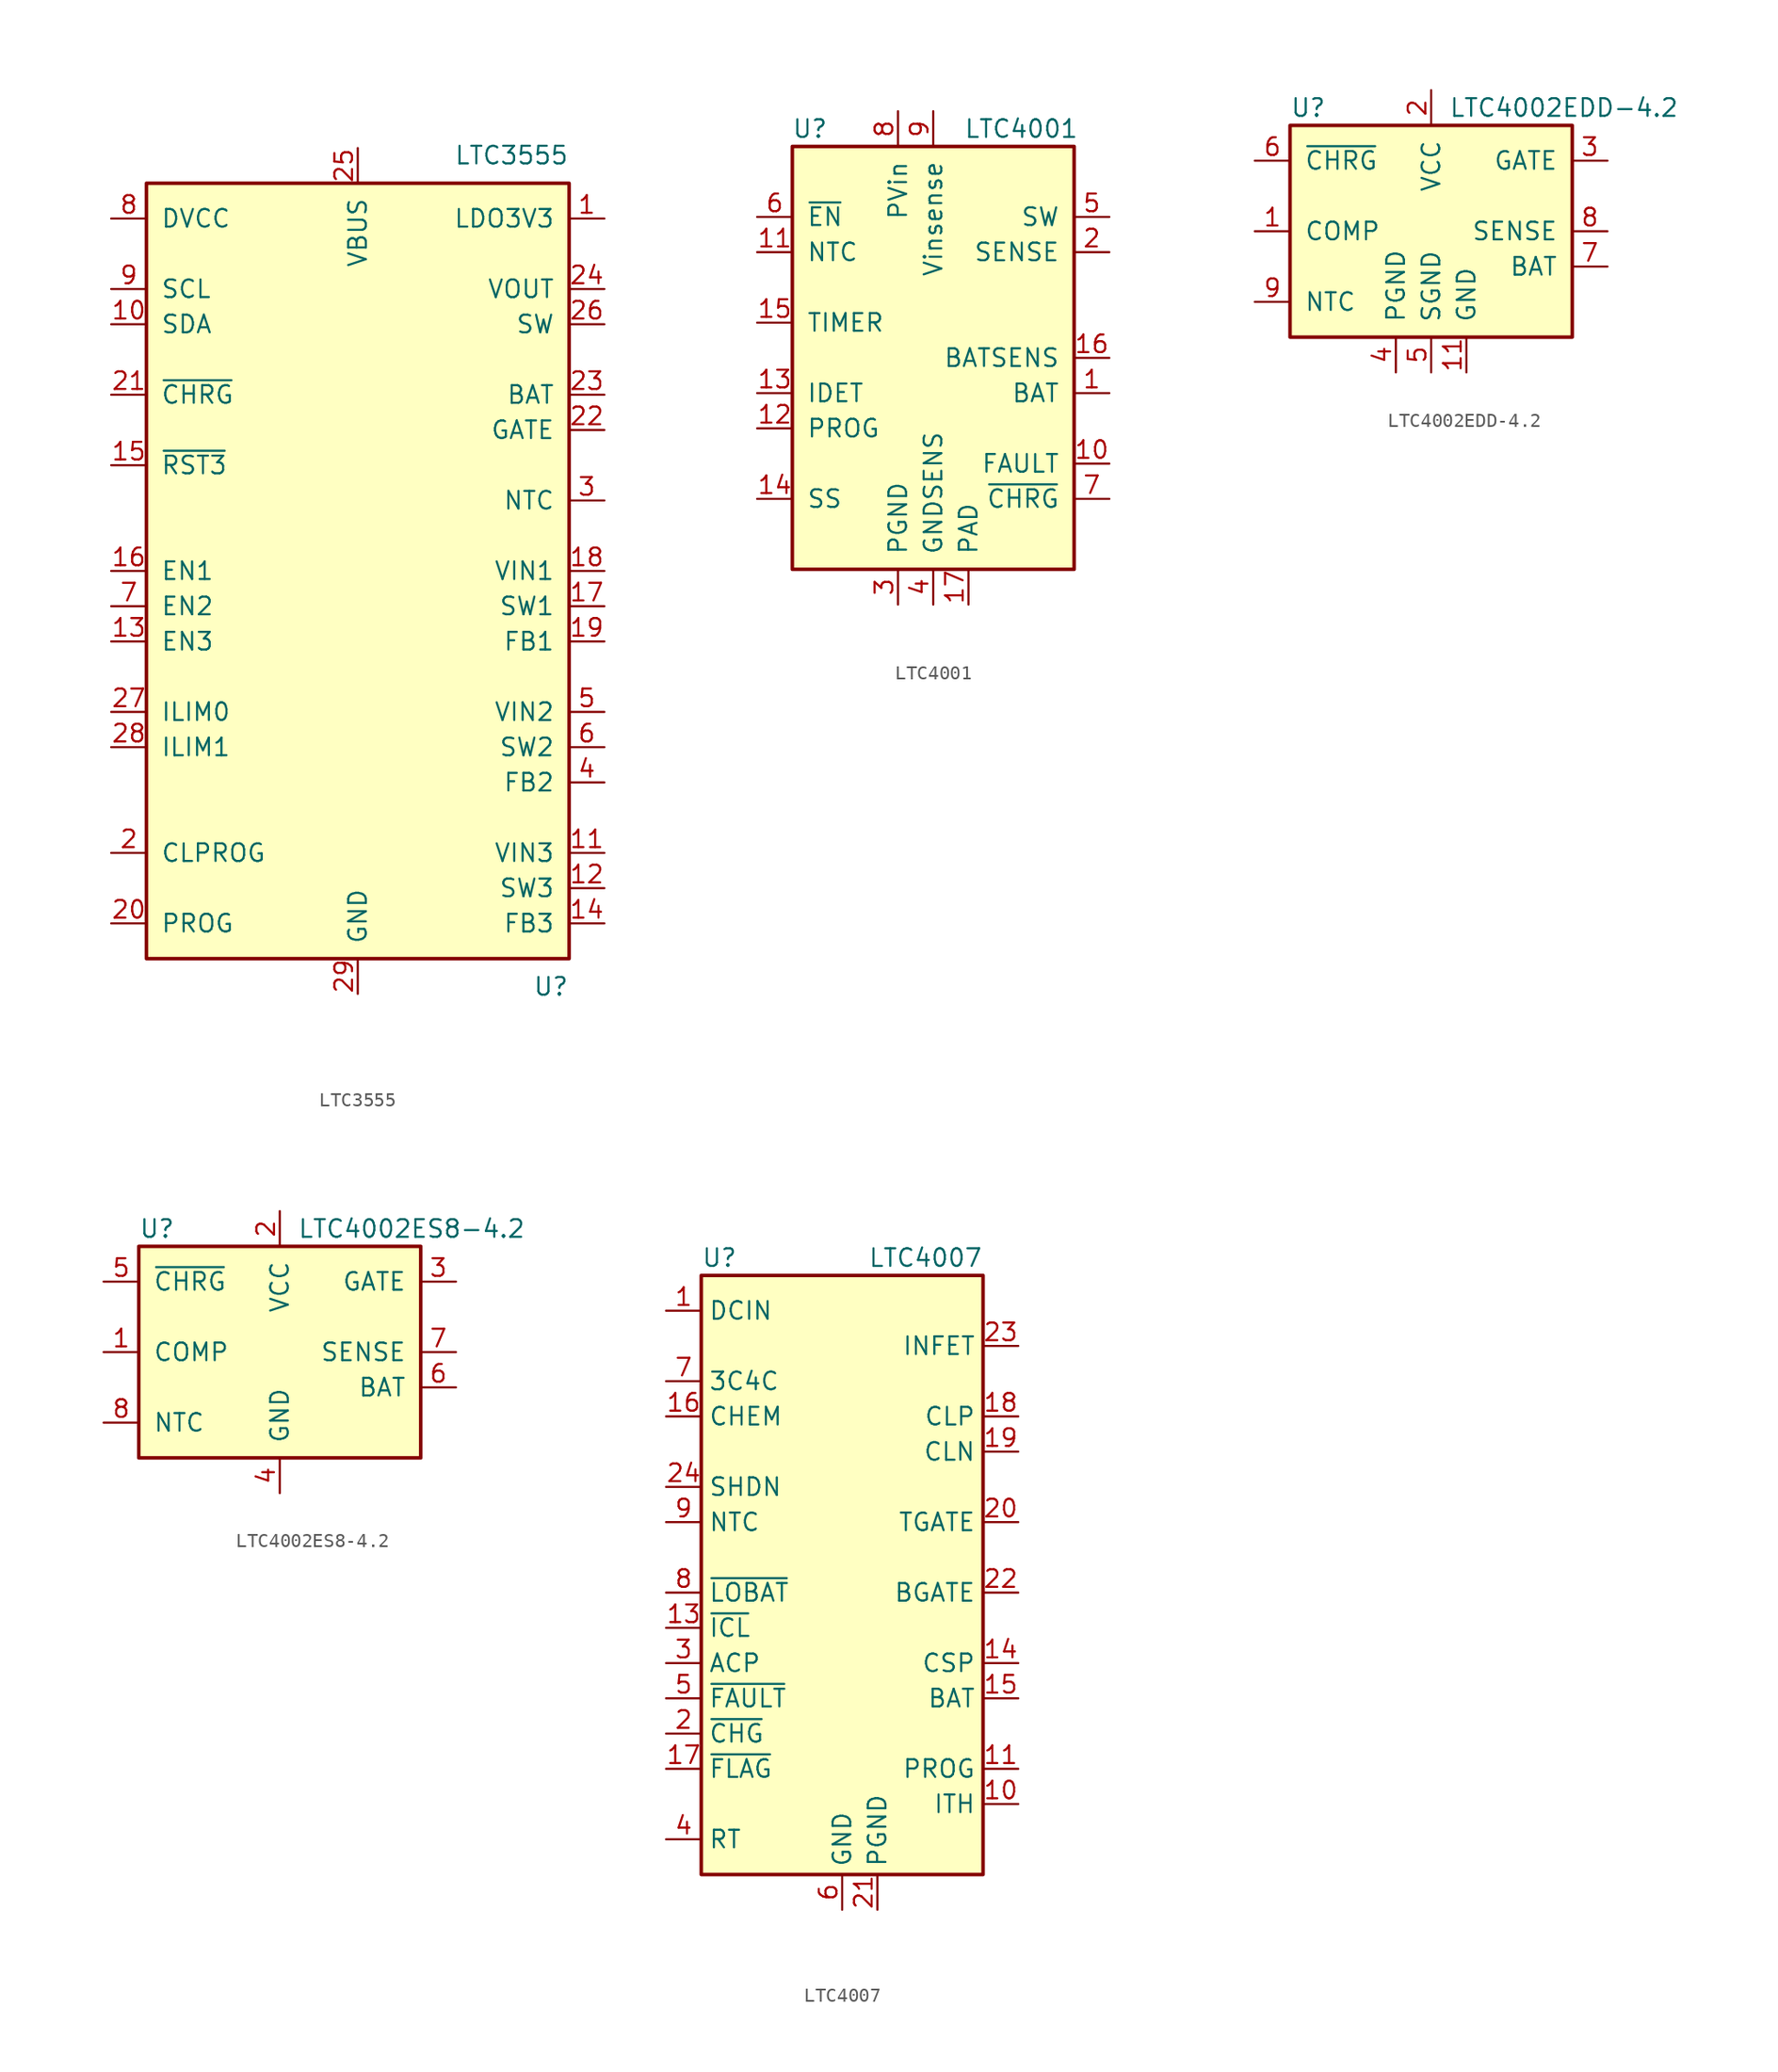
<source format=kicad_sym>
(kicad_symbol_lib
  (version 20201005)
  (generator kicad_symbol_editor)
  (symbol "Battery_Management:LTC3555"
    (pin_names
      (offset 1.016))
    (property "Reference" "U"
      (at 15.24 -29.21 0)
      (effects (font (size 1.27 1.27)) (justify right top)))
    (property "Value" "LTC3555"
      (at 15.24 29.21 0)
      (effects (font (size 1.27 1.27)) (justify right bottom)))
    (symbol "LTC3555_0_1"
      (rectangle (start -15.24 27.94) (end 15.24 -27.94) (stroke (width 0.254)) (fill (type background))))
    (symbol "LTC3555_1_1"
      (pin power_out line (at 17.78 25.4 180) (length 2.54) (name "LDO3V3" (effects (font (size 1.27 1.27)))) (number "1" (effects (font (size 1.27 1.27)))))
      (pin bidirectional line (at -17.78 17.78 0) (length 2.54) (name "SDA" (effects (font (size 1.27 1.27)))) (number "10" (effects (font (size 1.27 1.27)))))
      (pin power_in line (at 17.78 -20.32 180) (length 2.54) (name "VIN3" (effects (font (size 1.27 1.27)))) (number "11" (effects (font (size 1.27 1.27)))))
      (pin power_out line (at 17.78 -22.86 180) (length 2.54) (name "SW3" (effects (font (size 1.27 1.27)))) (number "12" (effects (font (size 1.27 1.27)))))
      (pin input line (at -17.78 -5.08 0) (length 2.54) (name "EN3" (effects (font (size 1.27 1.27)))) (number "13" (effects (font (size 1.27 1.27)))))
      (pin input line (at 17.78 -25.4 180) (length 2.54) (name "FB3" (effects (font (size 1.27 1.27)))) (number "14" (effects (font (size 1.27 1.27)))))
      (pin open_collector line (at -17.78 7.62 0) (length 2.54) (name "~RST3" (effects (font (size 1.27 1.27)))) (number "15" (effects (font (size 1.27 1.27)))))
      (pin input line (at -17.78 0 0) (length 2.54) (name "EN1" (effects (font (size 1.27 1.27)))) (number "16" (effects (font (size 1.27 1.27)))))
      (pin power_out line (at 17.78 -2.54 180) (length 2.54) (name "SW1" (effects (font (size 1.27 1.27)))) (number "17" (effects (font (size 1.27 1.27)))))
      (pin power_in line (at 17.78 0 180) (length 2.54) (name "VIN1" (effects (font (size 1.27 1.27)))) (number "18" (effects (font (size 1.27 1.27)))))
      (pin input line (at 17.78 -5.08 180) (length 2.54) (name "FB1" (effects (font (size 1.27 1.27)))) (number "19" (effects (font (size 1.27 1.27)))))
      (pin passive line (at -17.78 -20.32 0) (length 2.54) (name "CLPROG" (effects (font (size 1.27 1.27)))) (number "2" (effects (font (size 1.27 1.27)))))
      (pin passive line (at -17.78 -25.4 0) (length 2.54) (name "PROG" (effects (font (size 1.27 1.27)))) (number "20" (effects (font (size 1.27 1.27)))))
      (pin open_collector line (at -17.78 12.7 0) (length 2.54) (name "~CHRG" (effects (font (size 1.27 1.27)))) (number "21" (effects (font (size 1.27 1.27)))))
      (pin output line (at 17.78 10.16 180) (length 2.54) (name "GATE" (effects (font (size 1.27 1.27)))) (number "22" (effects (font (size 1.27 1.27)))))
      (pin power_out line (at 17.78 12.7 180) (length 2.54) (name "BAT" (effects (font (size 1.27 1.27)))) (number "23" (effects (font (size 1.27 1.27)))))
      (pin power_out line (at 17.78 20.32 180) (length 2.54) (name "VOUT" (effects (font (size 1.27 1.27)))) (number "24" (effects (font (size 1.27 1.27)))))
      (pin power_in line (at 0 30.48 270) (length 2.54) (name "VBUS" (effects (font (size 1.27 1.27)))) (number "25" (effects (font (size 1.27 1.27)))))
      (pin power_out line (at 17.78 17.78 180) (length 2.54) (name "SW" (effects (font (size 1.27 1.27)))) (number "26" (effects (font (size 1.27 1.27)))))
      (pin input line (at -17.78 -10.16 0) (length 2.54) (name "ILIM0" (effects (font (size 1.27 1.27)))) (number "27" (effects (font (size 1.27 1.27)))))
      (pin input line (at -17.78 -12.7 0) (length 2.54) (name "ILIM1" (effects (font (size 1.27 1.27)))) (number "28" (effects (font (size 1.27 1.27)))))
      (pin power_in line (at 0 -30.48 90) (length 2.54) (name "GND" (effects (font (size 1.27 1.27)))) (number "29" (effects (font (size 1.27 1.27)))))
      (pin passive line (at 17.78 5.08 180) (length 2.54) (name "NTC" (effects (font (size 1.27 1.27)))) (number "3" (effects (font (size 1.27 1.27)))))
      (pin input line (at 17.78 -15.24 180) (length 2.54) (name "FB2" (effects (font (size 1.27 1.27)))) (number "4" (effects (font (size 1.27 1.27)))))
      (pin power_in line (at 17.78 -10.16 180) (length 2.54) (name "VIN2" (effects (font (size 1.27 1.27)))) (number "5" (effects (font (size 1.27 1.27)))))
      (pin power_out line (at 17.78 -12.7 180) (length 2.54) (name "SW2" (effects (font (size 1.27 1.27)))) (number "6" (effects (font (size 1.27 1.27)))))
      (pin input line (at -17.78 -2.54 0) (length 2.54) (name "EN2" (effects (font (size 1.27 1.27)))) (number "7" (effects (font (size 1.27 1.27)))))
      (pin power_in line (at -17.78 25.4 0) (length 2.54) (name "DVCC" (effects (font (size 1.27 1.27)))) (number "8" (effects (font (size 1.27 1.27)))))
      (pin input line (at -17.78 20.32 0) (length 2.54) (name "SCL" (effects (font (size 1.27 1.27)))) (number "9" (effects (font (size 1.27 1.27)))))))
  (symbol "Battery_Management:LTC4001"
    (pin_names
      (offset 1.016))
    (property "Reference" "U"
      (at -8.89 16.51 0)
      (effects (font (size 1.27 1.27))))
    (property "Value" "LTC4001"
      (at 6.35 16.51 0)
      (effects (font (size 1.27 1.27))))
    (symbol "LTC4001_0_1"
      (rectangle (start -10.16 15.24) (end 10.16 -15.24) (stroke (width 0.254)) (fill (type background))))
    (symbol "LTC4001_1_1"
      (pin output line (at 12.7 -2.54 180) (length 2.54) (name "BAT" (effects (font (size 1.27 1.27)))) (number "1" (effects (font (size 1.27 1.27)))))
      (pin output line (at 12.7 -7.62 180) (length 2.54) (name "FAULT" (effects (font (size 1.27 1.27)))) (number "10" (effects (font (size 1.27 1.27)))))
      (pin input line (at -12.7 7.62 0) (length 2.54) (name "NTC" (effects (font (size 1.27 1.27)))) (number "11" (effects (font (size 1.27 1.27)))))
      (pin input line (at -12.7 -5.08 0) (length 2.54) (name "PROG" (effects (font (size 1.27 1.27)))) (number "12" (effects (font (size 1.27 1.27)))))
      (pin input line (at -12.7 -2.54 0) (length 2.54) (name "IDET" (effects (font (size 1.27 1.27)))) (number "13" (effects (font (size 1.27 1.27)))))
      (pin input line (at -12.7 -10.16 0) (length 2.54) (name "SS" (effects (font (size 1.27 1.27)))) (number "14" (effects (font (size 1.27 1.27)))))
      (pin input line (at -12.7 2.54 0) (length 2.54) (name "TIMER" (effects (font (size 1.27 1.27)))) (number "15" (effects (font (size 1.27 1.27)))))
      (pin input line (at 12.7 0 180) (length 2.54) (name "BATSENS" (effects (font (size 1.27 1.27)))) (number "16" (effects (font (size 1.27 1.27)))))
      (pin power_in line (at 2.54 -17.78 90) (length 2.54) (name "PAD" (effects (font (size 1.27 1.27)))) (number "17" (effects (font (size 1.27 1.27)))))
      (pin input line (at 12.7 7.62 180) (length 2.54) (name "SENSE" (effects (font (size 1.27 1.27)))) (number "2" (effects (font (size 1.27 1.27)))))
      (pin power_in line (at -2.54 -17.78 90) (length 2.54) (name "PGND" (effects (font (size 1.27 1.27)))) (number "3" (effects (font (size 1.27 1.27)))))
      (pin power_in line (at 0 -17.78 90) (length 2.54) (name "GNDSENS" (effects (font (size 1.27 1.27)))) (number "4" (effects (font (size 1.27 1.27)))))
      (pin output line (at 12.7 10.16 180) (length 2.54) (name "SW" (effects (font (size 1.27 1.27)))) (number "5" (effects (font (size 1.27 1.27)))))
      (pin input line (at -12.7 10.16 0) (length 2.54) (name "~EN" (effects (font (size 1.27 1.27)))) (number "6" (effects (font (size 1.27 1.27)))))
      (pin open_collector line (at 12.7 -10.16 180) (length 2.54) (name "~CHRG" (effects (font (size 1.27 1.27)))) (number "7" (effects (font (size 1.27 1.27)))))
      (pin power_in line (at -2.54 17.78 270) (length 2.54) (name "PVin" (effects (font (size 1.27 1.27)))) (number "8" (effects (font (size 1.27 1.27)))))
      (pin power_in line (at 0 17.78 270) (length 2.54) (name "Vinsense" (effects (font (size 1.27 1.27)))) (number "9" (effects (font (size 1.27 1.27)))))))
  (symbol "Battery_Management:LTC4002EDD-4.2"
    (pin_names
      (offset 1.016))
    (property "Reference" "U"
      (at -10.16 8.89 0)
      (effects (font (size 1.27 1.27)) (justify left)))
    (property "Value" "LTC4002EDD-4.2"
      (at 1.27 8.89 0)
      (effects (font (size 1.27 1.27)) (justify left)))
    (symbol "LTC4002EDD-4.2_0_1"
      (rectangle (start 10.16 -7.62) (end -10.16 7.62) (stroke (width 0.254)) (fill (type background))))
    (symbol "LTC4002EDD-4.2_1_1"
      (pin input line (at -12.7 0 0) (length 2.54) (name "COMP" (effects (font (size 1.27 1.27)))) (number "1" (effects (font (size 1.27 1.27)))))
      (pin no_connect line (at 5.08 -10.16 90) (length 2.54) hide (name "NC" (effects (font (size 1.27 1.27)))) (number "10" (effects (font (size 1.27 1.27)))))
      (pin power_in line (at 2.54 -10.16 90) (length 2.54) (name "GND" (effects (font (size 1.27 1.27)))) (number "11" (effects (font (size 1.27 1.27)))))
      (pin power_in line (at 0 10.16 270) (length 2.54) (name "VCC" (effects (font (size 1.27 1.27)))) (number "2" (effects (font (size 1.27 1.27)))))
      (pin output line (at 12.7 5.08 180) (length 2.54) (name "GATE" (effects (font (size 1.27 1.27)))) (number "3" (effects (font (size 1.27 1.27)))))
      (pin power_in line (at -2.54 -10.16 90) (length 2.54) (name "PGND" (effects (font (size 1.27 1.27)))) (number "4" (effects (font (size 1.27 1.27)))))
      (pin power_in line (at 0 -10.16 90) (length 2.54) (name "SGND" (effects (font (size 1.27 1.27)))) (number "5" (effects (font (size 1.27 1.27)))))
      (pin open_collector line (at -12.7 5.08 0) (length 2.54) (name "~CHRG~" (effects (font (size 1.27 1.27)))) (number "6" (effects (font (size 1.27 1.27)))))
      (pin input line (at 12.7 -2.54 180) (length 2.54) (name "BAT" (effects (font (size 1.27 1.27)))) (number "7" (effects (font (size 1.27 1.27)))))
      (pin input line (at 12.7 0 180) (length 2.54) (name "SENSE" (effects (font (size 1.27 1.27)))) (number "8" (effects (font (size 1.27 1.27)))))
      (pin input line (at -12.7 -5.08 0) (length 2.54) (name "NTC" (effects (font (size 1.27 1.27)))) (number "9" (effects (font (size 1.27 1.27)))))))
  (symbol "Battery_Management:LTC4002ES8-4.2"
    (pin_names
      (offset 1.016))
    (property "Reference" "U"
      (at -10.16 8.89 0)
      (effects (font (size 1.27 1.27)) (justify left)))
    (property "Value" "LTC4002ES8-4.2"
      (at 1.27 8.89 0)
      (effects (font (size 1.27 1.27)) (justify left)))
    (symbol "LTC4002ES8-4.2_0_1"
      (rectangle (start 10.16 -7.62) (end -10.16 7.62) (stroke (width 0.254)) (fill (type background))))
    (symbol "LTC4002ES8-4.2_1_1"
      (pin input line (at -12.7 0 0) (length 2.54) (name "COMP" (effects (font (size 1.27 1.27)))) (number "1" (effects (font (size 1.27 1.27)))))
      (pin power_in line (at 0 10.16 270) (length 2.54) (name "VCC" (effects (font (size 1.27 1.27)))) (number "2" (effects (font (size 1.27 1.27)))))
      (pin output line (at 12.7 5.08 180) (length 2.54) (name "GATE" (effects (font (size 1.27 1.27)))) (number "3" (effects (font (size 1.27 1.27)))))
      (pin power_in line (at 0 -10.16 90) (length 2.54) (name "GND" (effects (font (size 1.27 1.27)))) (number "4" (effects (font (size 1.27 1.27)))))
      (pin open_collector line (at -12.7 5.08 0) (length 2.54) (name "~CHRG~" (effects (font (size 1.27 1.27)))) (number "5" (effects (font (size 1.27 1.27)))))
      (pin input line (at 12.7 -2.54 180) (length 2.54) (name "BAT" (effects (font (size 1.27 1.27)))) (number "6" (effects (font (size 1.27 1.27)))))
      (pin input line (at 12.7 0 180) (length 2.54) (name "SENSE" (effects (font (size 1.27 1.27)))) (number "7" (effects (font (size 1.27 1.27)))))
      (pin input line (at -12.7 -5.08 0) (length 2.54) (name "NTC" (effects (font (size 1.27 1.27)))) (number "8" (effects (font (size 1.27 1.27)))))))
  (symbol "Battery_Management:LTC4007"
    (property "Reference" "U"
      (at -10.16 24.13 0)
      (effects (font (size 1.27 1.27)) (justify left)))
    (property "Value" "LTC4007"
      (at 10.16 24.13 0)
      (effects (font (size 1.27 1.27)) (justify right)))
    (symbol "LTC4007_0_1"
      (rectangle (start -10.16 22.86) (end 10.16 -20.32) (stroke (width 0.254)) (fill (type background))))
    (symbol "LTC4007_1_1"
      (pin input line (at -12.7 20.32 0) (length 2.54) (name "DCIN" (effects (font (size 1.27 1.27)))) (number "1" (effects (font (size 1.27 1.27)))))
      (pin passive line (at 12.7 -15.24 180) (length 2.54) (name "ITH" (effects (font (size 1.27 1.27)))) (number "10" (effects (font (size 1.27 1.27)))))
      (pin bidirectional line (at 12.7 -12.7 180) (length 2.54) (name "PROG" (effects (font (size 1.27 1.27)))) (number "11" (effects (font (size 1.27 1.27)))))
      (pin no_connect line (at -2.54 -20.32 90) (length 2.54) hide (name "NC" (effects (font (size 1.27 1.27)))) (number "12" (effects (font (size 1.27 1.27)))))
      (pin output line (at -12.7 -2.54 0) (length 2.54) (name "~ICL" (effects (font (size 1.27 1.27)))) (number "13" (effects (font (size 1.27 1.27)))))
      (pin input line (at 12.7 -5.08 180) (length 2.54) (name "CSP" (effects (font (size 1.27 1.27)))) (number "14" (effects (font (size 1.27 1.27)))))
      (pin input line (at 12.7 -7.62 180) (length 2.54) (name "BAT" (effects (font (size 1.27 1.27)))) (number "15" (effects (font (size 1.27 1.27)))))
      (pin input line (at -12.7 12.7 0) (length 2.54) (name "CHEM" (effects (font (size 1.27 1.27)))) (number "16" (effects (font (size 1.27 1.27)))))
      (pin open_collector line (at -12.7 -12.7 0) (length 2.54) (name "~FLAG" (effects (font (size 1.27 1.27)))) (number "17" (effects (font (size 1.27 1.27)))))
      (pin input line (at 12.7 12.7 180) (length 2.54) (name "CLP" (effects (font (size 1.27 1.27)))) (number "18" (effects (font (size 1.27 1.27)))))
      (pin input line (at 12.7 10.16 180) (length 2.54) (name "CLN" (effects (font (size 1.27 1.27)))) (number "19" (effects (font (size 1.27 1.27)))))
      (pin output line (at -12.7 -10.16 0) (length 2.54) (name "~CHG" (effects (font (size 1.27 1.27)))) (number "2" (effects (font (size 1.27 1.27)))))
      (pin output line (at 12.7 5.08 180) (length 2.54) (name "TGATE" (effects (font (size 1.27 1.27)))) (number "20" (effects (font (size 1.27 1.27)))))
      (pin power_in line (at 2.54 -22.86 90) (length 2.54) (name "PGND" (effects (font (size 1.27 1.27)))) (number "21" (effects (font (size 1.27 1.27)))))
      (pin output line (at 12.7 0 180) (length 2.54) (name "BGATE" (effects (font (size 1.27 1.27)))) (number "22" (effects (font (size 1.27 1.27)))))
      (pin output line (at 12.7 17.78 180) (length 2.54) (name "INFET" (effects (font (size 1.27 1.27)))) (number "23" (effects (font (size 1.27 1.27)))))
      (pin input line (at -12.7 7.62 0) (length 2.54) (name "SHDN" (effects (font (size 1.27 1.27)))) (number "24" (effects (font (size 1.27 1.27)))))
      (pin open_collector line (at -12.7 -5.08 0) (length 2.54) (name "ACP" (effects (font (size 1.27 1.27)))) (number "3" (effects (font (size 1.27 1.27)))))
      (pin passive line (at -12.7 -17.78 0) (length 2.54) (name "RT" (effects (font (size 1.27 1.27)))) (number "4" (effects (font (size 1.27 1.27)))))
      (pin open_collector line (at -12.7 -7.62 0) (length 2.54) (name "~FAULT" (effects (font (size 1.27 1.27)))) (number "5" (effects (font (size 1.27 1.27)))))
      (pin power_in line (at 0 -22.86 90) (length 2.54) (name "GND" (effects (font (size 1.27 1.27)))) (number "6" (effects (font (size 1.27 1.27)))))
      (pin input line (at -12.7 15.24 0) (length 2.54) (name "3C4C" (effects (font (size 1.27 1.27)))) (number "7" (effects (font (size 1.27 1.27)))))
      (pin output line (at -12.7 0 0) (length 2.54) (name "~LOBAT" (effects (font (size 1.27 1.27)))) (number "8" (effects (font (size 1.27 1.27)))))
      (pin input line (at -12.7 5.08 0) (length 2.54) (name "NTC" (effects (font (size 1.27 1.27)))) (number "9" (effects (font (size 1.27 1.27))))))))
</source>
